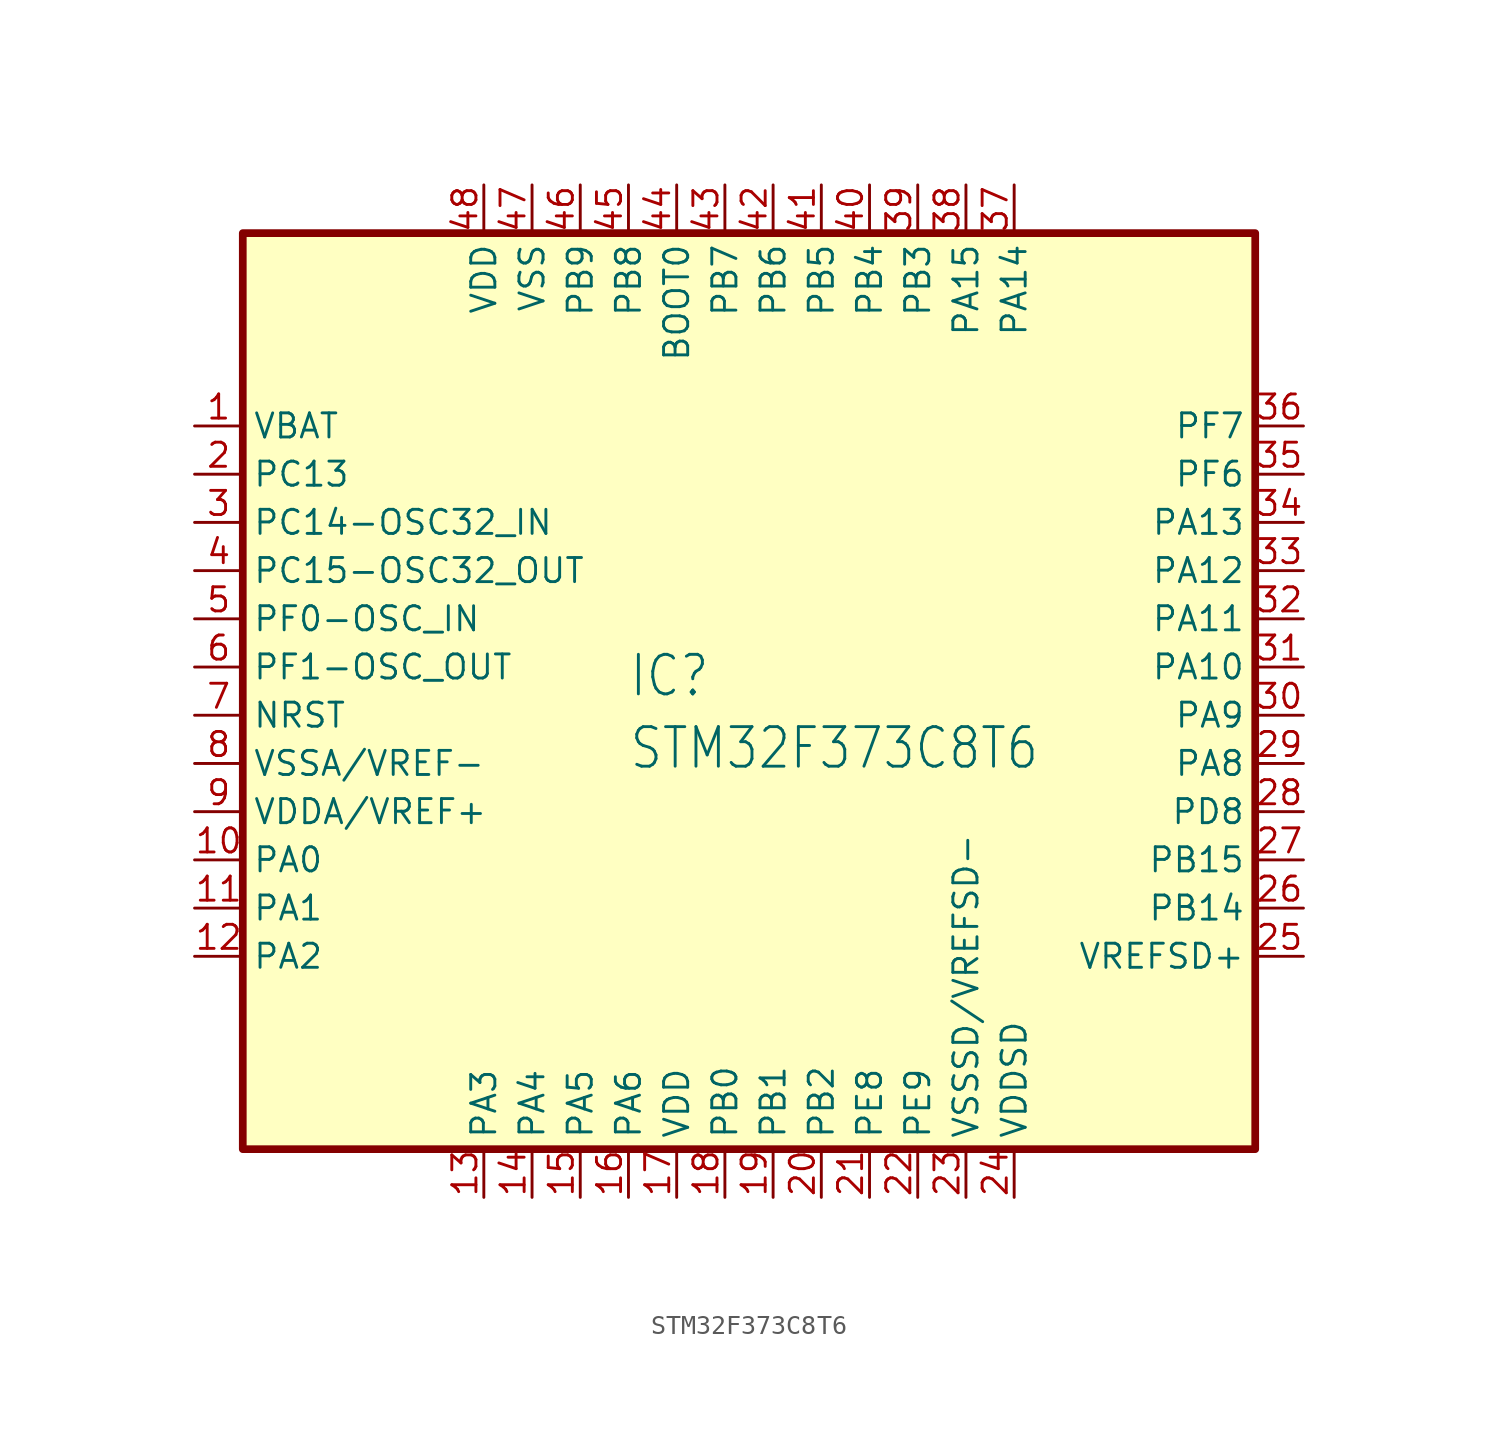
<source format=kicad_sym>
(kicad_symbol_lib
  (version 20220914)
  (generator kicad_symbol_editor)
  (symbol "STM32F373C8T6"
    (property "Reference" "IC"
      (at 20.32 -24.536 0)
      (effects (font (size 2.083 1.77)) (justify left bottom)))
    (property "Value" "STM32F373C8T6"
      (at 20.32 -28.346 0)
      (effects (font (size 2.083 1.77)) (justify left bottom)))
    (symbol "STM32F373C8T6_1_0"
      (rectangle (start 0 0) (end 53.34 -48.26) (stroke (width 0.406) (type default)) (fill (type background)))
      (pin passive line (at -2.54 -10.16 0) (length 2.54) (name "VBAT" (effects (font (size 1.27 1.27)))) (number "1" (effects (font (size 1.27 1.27)))))
      (pin bidirectional line (at -2.54 -33.02 0) (length 2.54) (name "PA0" (effects (font (size 1.27 1.27)))) (number "10" (effects (font (size 1.27 1.27)))))
      (pin bidirectional line (at -2.54 -35.56 0) (length 2.54) (name "PA1" (effects (font (size 1.27 1.27)))) (number "11" (effects (font (size 1.27 1.27)))))
      (pin bidirectional line (at -2.54 -38.1 0) (length 2.54) (name "PA2" (effects (font (size 1.27 1.27)))) (number "12" (effects (font (size 1.27 1.27)))))
      (pin bidirectional line (at 12.7 -50.8 90) (length 2.54) (name "PA3" (effects (font (size 1.27 1.27)))) (number "13" (effects (font (size 1.27 1.27)))))
      (pin bidirectional line (at 15.24 -50.8 90) (length 2.54) (name "PA4" (effects (font (size 1.27 1.27)))) (number "14" (effects (font (size 1.27 1.27)))))
      (pin bidirectional line (at 17.78 -50.8 90) (length 2.54) (name "PA5" (effects (font (size 1.27 1.27)))) (number "15" (effects (font (size 1.27 1.27)))))
      (pin bidirectional line (at 20.32 -50.8 90) (length 2.54) (name "PA6" (effects (font (size 1.27 1.27)))) (number "16" (effects (font (size 1.27 1.27)))))
      (pin passive line (at 22.86 -50.8 90) (length 2.54) (name "VDD" (effects (font (size 1.27 1.27)))) (number "17" (effects (font (size 1.27 1.27)))))
      (pin bidirectional line (at 25.4 -50.8 90) (length 2.54) (name "PB0" (effects (font (size 1.27 1.27)))) (number "18" (effects (font (size 1.27 1.27)))))
      (pin bidirectional line (at 27.94 -50.8 90) (length 2.54) (name "PB1" (effects (font (size 1.27 1.27)))) (number "19" (effects (font (size 1.27 1.27)))))
      (pin bidirectional line (at -2.54 -12.7 0) (length 2.54) (name "PC13" (effects (font (size 1.27 1.27)))) (number "2" (effects (font (size 1.27 1.27)))))
      (pin bidirectional line (at 30.48 -50.8 90) (length 2.54) (name "PB2" (effects (font (size 1.27 1.27)))) (number "20" (effects (font (size 1.27 1.27)))))
      (pin bidirectional line (at 33.02 -50.8 90) (length 2.54) (name "PE8" (effects (font (size 1.27 1.27)))) (number "21" (effects (font (size 1.27 1.27)))))
      (pin bidirectional line (at 35.56 -50.8 90) (length 2.54) (name "PE9" (effects (font (size 1.27 1.27)))) (number "22" (effects (font (size 1.27 1.27)))))
      (pin passive line (at 38.1 -50.8 90) (length 2.54) (name "VSSSD/VREFSD-" (effects (font (size 1.27 1.27)))) (number "23" (effects (font (size 1.27 1.27)))))
      (pin passive line (at 40.64 -50.8 90) (length 2.54) (name "VDDSD" (effects (font (size 1.27 1.27)))) (number "24" (effects (font (size 1.27 1.27)))))
      (pin passive line (at 55.88 -38.1 180) (length 2.54) (name "VREFSD+" (effects (font (size 1.27 1.27)))) (number "25" (effects (font (size 1.27 1.27)))))
      (pin bidirectional line (at 55.88 -35.56 180) (length 2.54) (name "PB14" (effects (font (size 1.27 1.27)))) (number "26" (effects (font (size 1.27 1.27)))))
      (pin bidirectional line (at 55.88 -33.02 180) (length 2.54) (name "PB15" (effects (font (size 1.27 1.27)))) (number "27" (effects (font (size 1.27 1.27)))))
      (pin bidirectional line (at 55.88 -30.48 180) (length 2.54) (name "PD8" (effects (font (size 1.27 1.27)))) (number "28" (effects (font (size 1.27 1.27)))))
      (pin bidirectional line (at 55.88 -27.94 180) (length 2.54) (name "PA8" (effects (font (size 1.27 1.27)))) (number "29" (effects (font (size 1.27 1.27)))))
      (pin bidirectional line (at -2.54 -15.24 0) (length 2.54) (name "PC14-OSC32_IN" (effects (font (size 1.27 1.27)))) (number "3" (effects (font (size 1.27 1.27)))))
      (pin bidirectional line (at 55.88 -25.4 180) (length 2.54) (name "PA9" (effects (font (size 1.27 1.27)))) (number "30" (effects (font (size 1.27 1.27)))))
      (pin bidirectional line (at 55.88 -22.86 180) (length 2.54) (name "PA10" (effects (font (size 1.27 1.27)))) (number "31" (effects (font (size 1.27 1.27)))))
      (pin bidirectional line (at 55.88 -20.32 180) (length 2.54) (name "PA11" (effects (font (size 1.27 1.27)))) (number "32" (effects (font (size 1.27 1.27)))))
      (pin bidirectional line (at 55.88 -17.78 180) (length 2.54) (name "PA12" (effects (font (size 1.27 1.27)))) (number "33" (effects (font (size 1.27 1.27)))))
      (pin bidirectional line (at 55.88 -15.24 180) (length 2.54) (name "PA13" (effects (font (size 1.27 1.27)))) (number "34" (effects (font (size 1.27 1.27)))))
      (pin bidirectional line (at 55.88 -12.7 180) (length 2.54) (name "PF6" (effects (font (size 1.27 1.27)))) (number "35" (effects (font (size 1.27 1.27)))))
      (pin bidirectional line (at 55.88 -10.16 180) (length 2.54) (name "PF7" (effects (font (size 1.27 1.27)))) (number "36" (effects (font (size 1.27 1.27)))))
      (pin bidirectional line (at 40.64 2.54 270) (length 2.54) (name "PA14" (effects (font (size 1.27 1.27)))) (number "37" (effects (font (size 1.27 1.27)))))
      (pin bidirectional line (at 38.1 2.54 270) (length 2.54) (name "PA15" (effects (font (size 1.27 1.27)))) (number "38" (effects (font (size 1.27 1.27)))))
      (pin bidirectional line (at 35.56 2.54 270) (length 2.54) (name "PB3" (effects (font (size 1.27 1.27)))) (number "39" (effects (font (size 1.27 1.27)))))
      (pin bidirectional line (at -2.54 -17.78 0) (length 2.54) (name "PC15-OSC32_OUT" (effects (font (size 1.27 1.27)))) (number "4" (effects (font (size 1.27 1.27)))))
      (pin bidirectional line (at 33.02 2.54 270) (length 2.54) (name "PB4" (effects (font (size 1.27 1.27)))) (number "40" (effects (font (size 1.27 1.27)))))
      (pin bidirectional line (at 30.48 2.54 270) (length 2.54) (name "PB5" (effects (font (size 1.27 1.27)))) (number "41" (effects (font (size 1.27 1.27)))))
      (pin bidirectional line (at 27.94 2.54 270) (length 2.54) (name "PB6" (effects (font (size 1.27 1.27)))) (number "42" (effects (font (size 1.27 1.27)))))
      (pin bidirectional line (at 25.4 2.54 270) (length 2.54) (name "PB7" (effects (font (size 1.27 1.27)))) (number "43" (effects (font (size 1.27 1.27)))))
      (pin input line (at 22.86 2.54 270) (length 2.54) (name "BOOT0" (effects (font (size 1.27 1.27)))) (number "44" (effects (font (size 1.27 1.27)))))
      (pin bidirectional line (at 20.32 2.54 270) (length 2.54) (name "PB8" (effects (font (size 1.27 1.27)))) (number "45" (effects (font (size 1.27 1.27)))))
      (pin bidirectional line (at 17.78 2.54 270) (length 2.54) (name "PB9" (effects (font (size 1.27 1.27)))) (number "46" (effects (font (size 1.27 1.27)))))
      (pin passive line (at 15.24 2.54 270) (length 2.54) (name "VSS" (effects (font (size 1.27 1.27)))) (number "47" (effects (font (size 1.27 1.27)))))
      (pin power_in line (at 12.7 2.54 270) (length 2.54) (name "VDD" (effects (font (size 1.27 1.27)))) (number "48" (effects (font (size 1.27 1.27)))))
      (pin bidirectional line (at -2.54 -20.32 0) (length 2.54) (name "PF0-OSC_IN" (effects (font (size 1.27 1.27)))) (number "5" (effects (font (size 1.27 1.27)))))
      (pin bidirectional line (at -2.54 -22.86 0) (length 2.54) (name "PF1-OSC_OUT" (effects (font (size 1.27 1.27)))) (number "6" (effects (font (size 1.27 1.27)))))
      (pin input line (at -2.54 -25.4 0) (length 2.54) (name "NRST" (effects (font (size 1.27 1.27)))) (number "7" (effects (font (size 1.27 1.27)))))
      (pin passive line (at -2.54 -27.94 0) (length 2.54) (name "VSSA/VREF-" (effects (font (size 1.27 1.27)))) (number "8" (effects (font (size 1.27 1.27)))))
      (pin passive line (at -2.54 -30.48 0) (length 2.54) (name "VDDA/VREF+" (effects (font (size 1.27 1.27)))) (number "9" (effects (font (size 1.27 1.27))))))))
</source>
